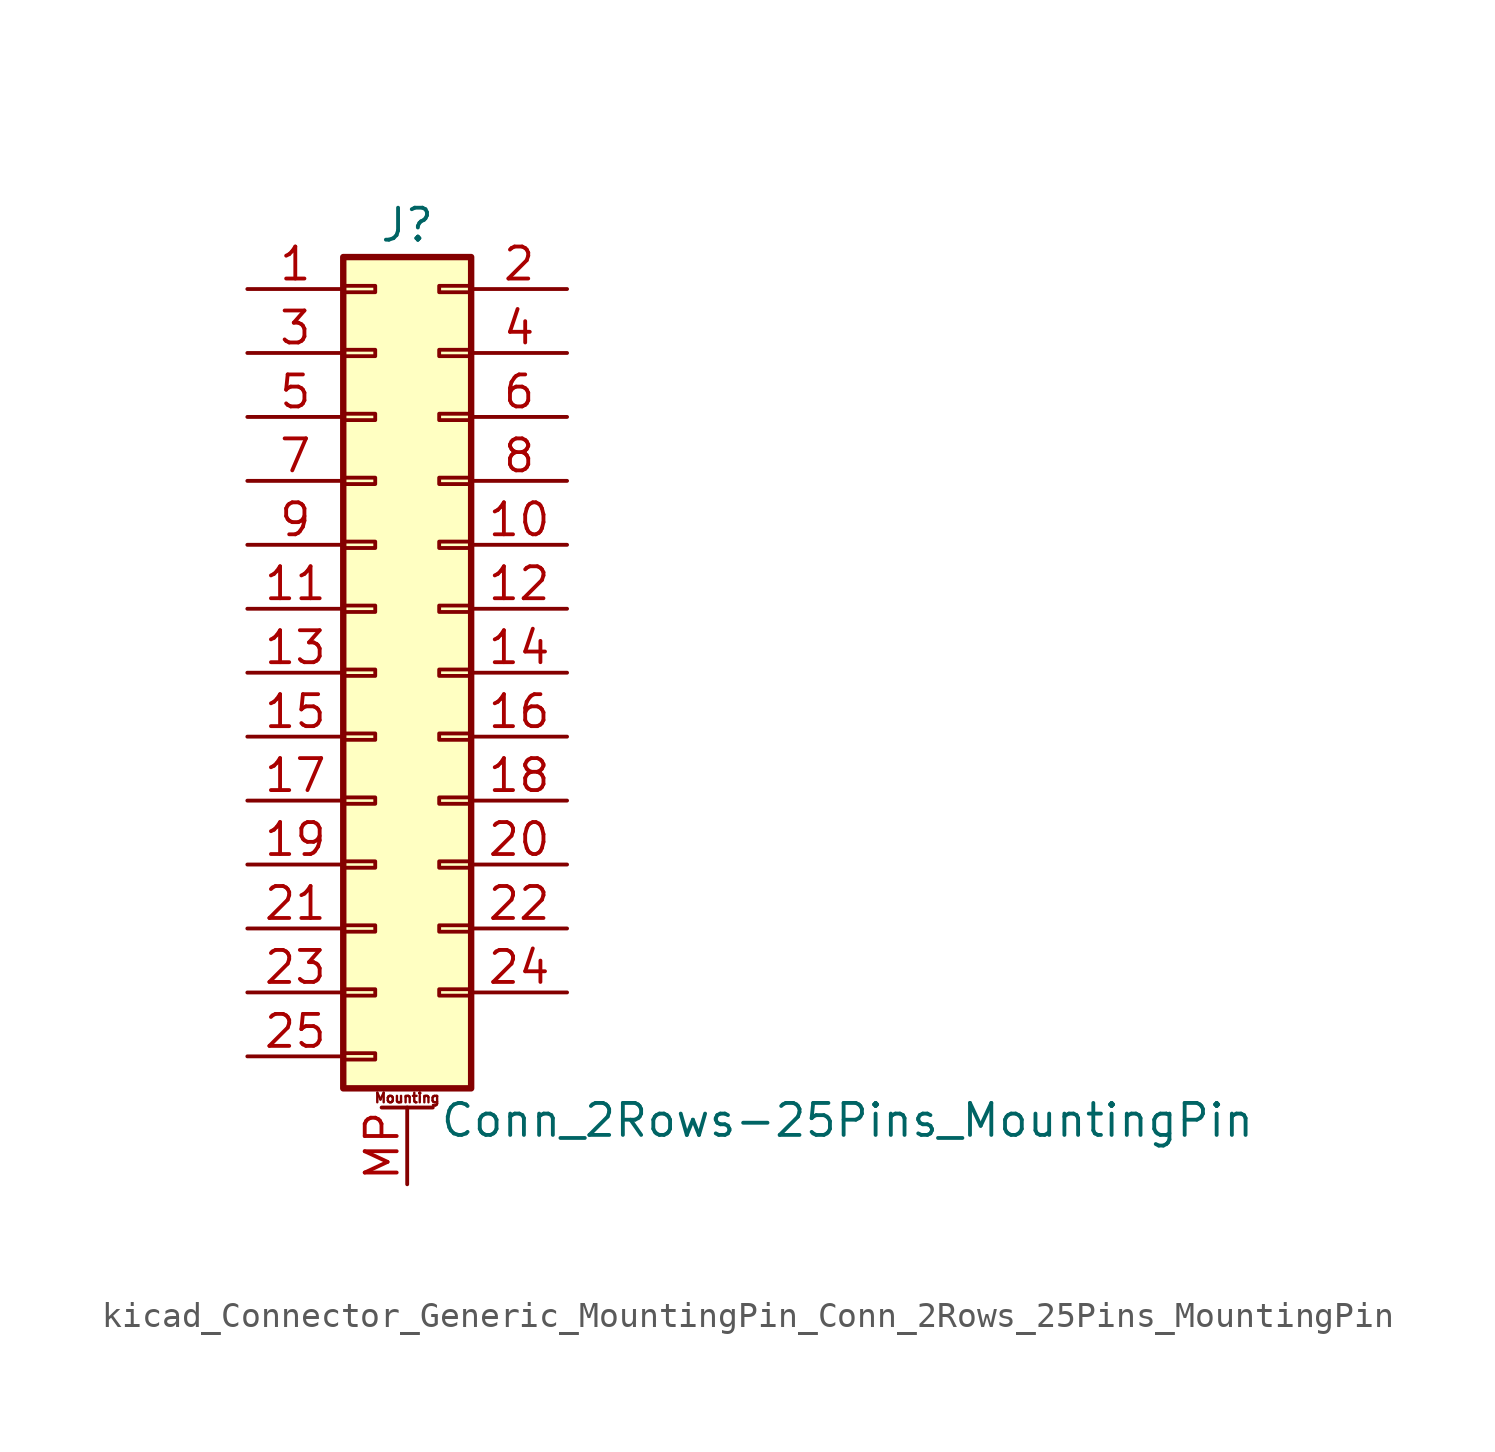
<source format=kicad_sym>
(kicad_symbol_lib
  (version 20220914)
  (generator kicad_symbol_editor)
  (symbol "kicad_Connector_Generic_MountingPin_Conn_2Rows_25Pins_MountingPin"
    (pin_names
      (offset 1.016) hide)
    (property "Reference" "J"
      (at 1.27 17.78 0)
      (effects (font (size 1.27 1.27))))
    (property "Value" "Conn_2Rows-25Pins_MountingPin"
      (at 2.54 -17.78 0)
      (effects (font (size 1.27 1.27)) (justify left)))
    (symbol "kicad_Connector_Generic_MountingPin_Conn_2Rows_25Pins_MountingPin_1_1"
      (rectangle (start -1.27 -15.113) (end 0 -15.367) (stroke (width 0.152) (type default)) (fill (type none)))
      (rectangle (start -1.27 -12.573) (end 0 -12.827) (stroke (width 0.152) (type default)) (fill (type none)))
      (rectangle (start -1.27 -10.033) (end 0 -10.287) (stroke (width 0.152) (type default)) (fill (type none)))
      (rectangle (start -1.27 -7.493) (end 0 -7.747) (stroke (width 0.152) (type default)) (fill (type none)))
      (rectangle (start -1.27 -4.953) (end 0 -5.207) (stroke (width 0.152) (type default)) (fill (type none)))
      (rectangle (start -1.27 -2.413) (end 0 -2.667) (stroke (width 0.152) (type default)) (fill (type none)))
      (rectangle (start -1.27 0.127) (end 0 -0.127) (stroke (width 0.152) (type default)) (fill (type none)))
      (rectangle (start -1.27 2.667) (end 0 2.413) (stroke (width 0.152) (type default)) (fill (type none)))
      (rectangle (start -1.27 5.207) (end 0 4.953) (stroke (width 0.152) (type default)) (fill (type none)))
      (rectangle (start -1.27 7.747) (end 0 7.493) (stroke (width 0.152) (type default)) (fill (type none)))
      (rectangle (start -1.27 10.287) (end 0 10.033) (stroke (width 0.152) (type default)) (fill (type none)))
      (rectangle (start -1.27 12.827) (end 0 12.573) (stroke (width 0.152) (type default)) (fill (type none)))
      (rectangle (start -1.27 15.367) (end 0 15.113) (stroke (width 0.152) (type default)) (fill (type none)))
      (rectangle (start -1.27 16.51) (end 3.81 -16.51) (stroke (width 0.254) (type default)) (fill (type background)))
      (polyline (pts (xy 0.254 -17.272) (xy 2.286 -17.272)) (stroke (width 0.152) (type default)) (fill (type none)))
      (rectangle (start 3.81 -12.573) (end 2.54 -12.827) (stroke (width 0.152) (type default)) (fill (type none)))
      (rectangle (start 3.81 -10.033) (end 2.54 -10.287) (stroke (width 0.152) (type default)) (fill (type none)))
      (rectangle (start 3.81 -7.493) (end 2.54 -7.747) (stroke (width 0.152) (type default)) (fill (type none)))
      (rectangle (start 3.81 -4.953) (end 2.54 -5.207) (stroke (width 0.152) (type default)) (fill (type none)))
      (rectangle (start 3.81 -2.413) (end 2.54 -2.667) (stroke (width 0.152) (type default)) (fill (type none)))
      (rectangle (start 3.81 0.127) (end 2.54 -0.127) (stroke (width 0.152) (type default)) (fill (type none)))
      (rectangle (start 3.81 2.667) (end 2.54 2.413) (stroke (width 0.152) (type default)) (fill (type none)))
      (rectangle (start 3.81 5.207) (end 2.54 4.953) (stroke (width 0.152) (type default)) (fill (type none)))
      (rectangle (start 3.81 7.747) (end 2.54 7.493) (stroke (width 0.152) (type default)) (fill (type none)))
      (rectangle (start 3.81 10.287) (end 2.54 10.033) (stroke (width 0.152) (type default)) (fill (type none)))
      (rectangle (start 3.81 12.827) (end 2.54 12.573) (stroke (width 0.152) (type default)) (fill (type none)))
      (rectangle (start 3.81 15.367) (end 2.54 15.113) (stroke (width 0.152) (type default)) (fill (type none)))
      (text "Mounting" (at 1.27 -16.891 0) (effects (font (size 0.381 0.381))))
      (pin passive line (at -5.08 15.24 0) (length 3.81) (name "Pin_1" (effects (font (size 1.27 1.27)))) (number "1" (effects (font (size 1.27 1.27)))))
      (pin passive line (at 7.62 5.08 180) (length 3.81) (name "Pin_10" (effects (font (size 1.27 1.27)))) (number "10" (effects (font (size 1.27 1.27)))))
      (pin passive line (at -5.08 2.54 0) (length 3.81) (name "Pin_11" (effects (font (size 1.27 1.27)))) (number "11" (effects (font (size 1.27 1.27)))))
      (pin passive line (at 7.62 2.54 180) (length 3.81) (name "Pin_12" (effects (font (size 1.27 1.27)))) (number "12" (effects (font (size 1.27 1.27)))))
      (pin passive line (at -5.08 0 0) (length 3.81) (name "Pin_13" (effects (font (size 1.27 1.27)))) (number "13" (effects (font (size 1.27 1.27)))))
      (pin passive line (at 7.62 0 180) (length 3.81) (name "Pin_14" (effects (font (size 1.27 1.27)))) (number "14" (effects (font (size 1.27 1.27)))))
      (pin passive line (at -5.08 -2.54 0) (length 3.81) (name "Pin_15" (effects (font (size 1.27 1.27)))) (number "15" (effects (font (size 1.27 1.27)))))
      (pin passive line (at 7.62 -2.54 180) (length 3.81) (name "Pin_16" (effects (font (size 1.27 1.27)))) (number "16" (effects (font (size 1.27 1.27)))))
      (pin passive line (at -5.08 -5.08 0) (length 3.81) (name "Pin_17" (effects (font (size 1.27 1.27)))) (number "17" (effects (font (size 1.27 1.27)))))
      (pin passive line (at 7.62 -5.08 180) (length 3.81) (name "Pin_18" (effects (font (size 1.27 1.27)))) (number "18" (effects (font (size 1.27 1.27)))))
      (pin passive line (at -5.08 -7.62 0) (length 3.81) (name "Pin_19" (effects (font (size 1.27 1.27)))) (number "19" (effects (font (size 1.27 1.27)))))
      (pin passive line (at 7.62 15.24 180) (length 3.81) (name "Pin_2" (effects (font (size 1.27 1.27)))) (number "2" (effects (font (size 1.27 1.27)))))
      (pin passive line (at 7.62 -7.62 180) (length 3.81) (name "Pin_20" (effects (font (size 1.27 1.27)))) (number "20" (effects (font (size 1.27 1.27)))))
      (pin passive line (at -5.08 -10.16 0) (length 3.81) (name "Pin_21" (effects (font (size 1.27 1.27)))) (number "21" (effects (font (size 1.27 1.27)))))
      (pin passive line (at 7.62 -10.16 180) (length 3.81) (name "Pin_22" (effects (font (size 1.27 1.27)))) (number "22" (effects (font (size 1.27 1.27)))))
      (pin passive line (at -5.08 -12.7 0) (length 3.81) (name "Pin_23" (effects (font (size 1.27 1.27)))) (number "23" (effects (font (size 1.27 1.27)))))
      (pin passive line (at 7.62 -12.7 180) (length 3.81) (name "Pin_24" (effects (font (size 1.27 1.27)))) (number "24" (effects (font (size 1.27 1.27)))))
      (pin passive line (at -5.08 -15.24 0) (length 3.81) (name "Pin_25" (effects (font (size 1.27 1.27)))) (number "25" (effects (font (size 1.27 1.27)))))
      (pin passive line (at -5.08 12.7 0) (length 3.81) (name "Pin_3" (effects (font (size 1.27 1.27)))) (number "3" (effects (font (size 1.27 1.27)))))
      (pin passive line (at 7.62 12.7 180) (length 3.81) (name "Pin_4" (effects (font (size 1.27 1.27)))) (number "4" (effects (font (size 1.27 1.27)))))
      (pin passive line (at -5.08 10.16 0) (length 3.81) (name "Pin_5" (effects (font (size 1.27 1.27)))) (number "5" (effects (font (size 1.27 1.27)))))
      (pin passive line (at 7.62 10.16 180) (length 3.81) (name "Pin_6" (effects (font (size 1.27 1.27)))) (number "6" (effects (font (size 1.27 1.27)))))
      (pin passive line (at -5.08 7.62 0) (length 3.81) (name "Pin_7" (effects (font (size 1.27 1.27)))) (number "7" (effects (font (size 1.27 1.27)))))
      (pin passive line (at 7.62 7.62 180) (length 3.81) (name "Pin_8" (effects (font (size 1.27 1.27)))) (number "8" (effects (font (size 1.27 1.27)))))
      (pin passive line (at -5.08 5.08 0) (length 3.81) (name "Pin_9" (effects (font (size 1.27 1.27)))) (number "9" (effects (font (size 1.27 1.27)))))
      (pin passive line (at 1.27 -20.32 90) (length 3.048) (name "MountPin" (effects (font (size 1.27 1.27)))) (number "MP" (effects (font (size 1.27 1.27))))))))
</source>
